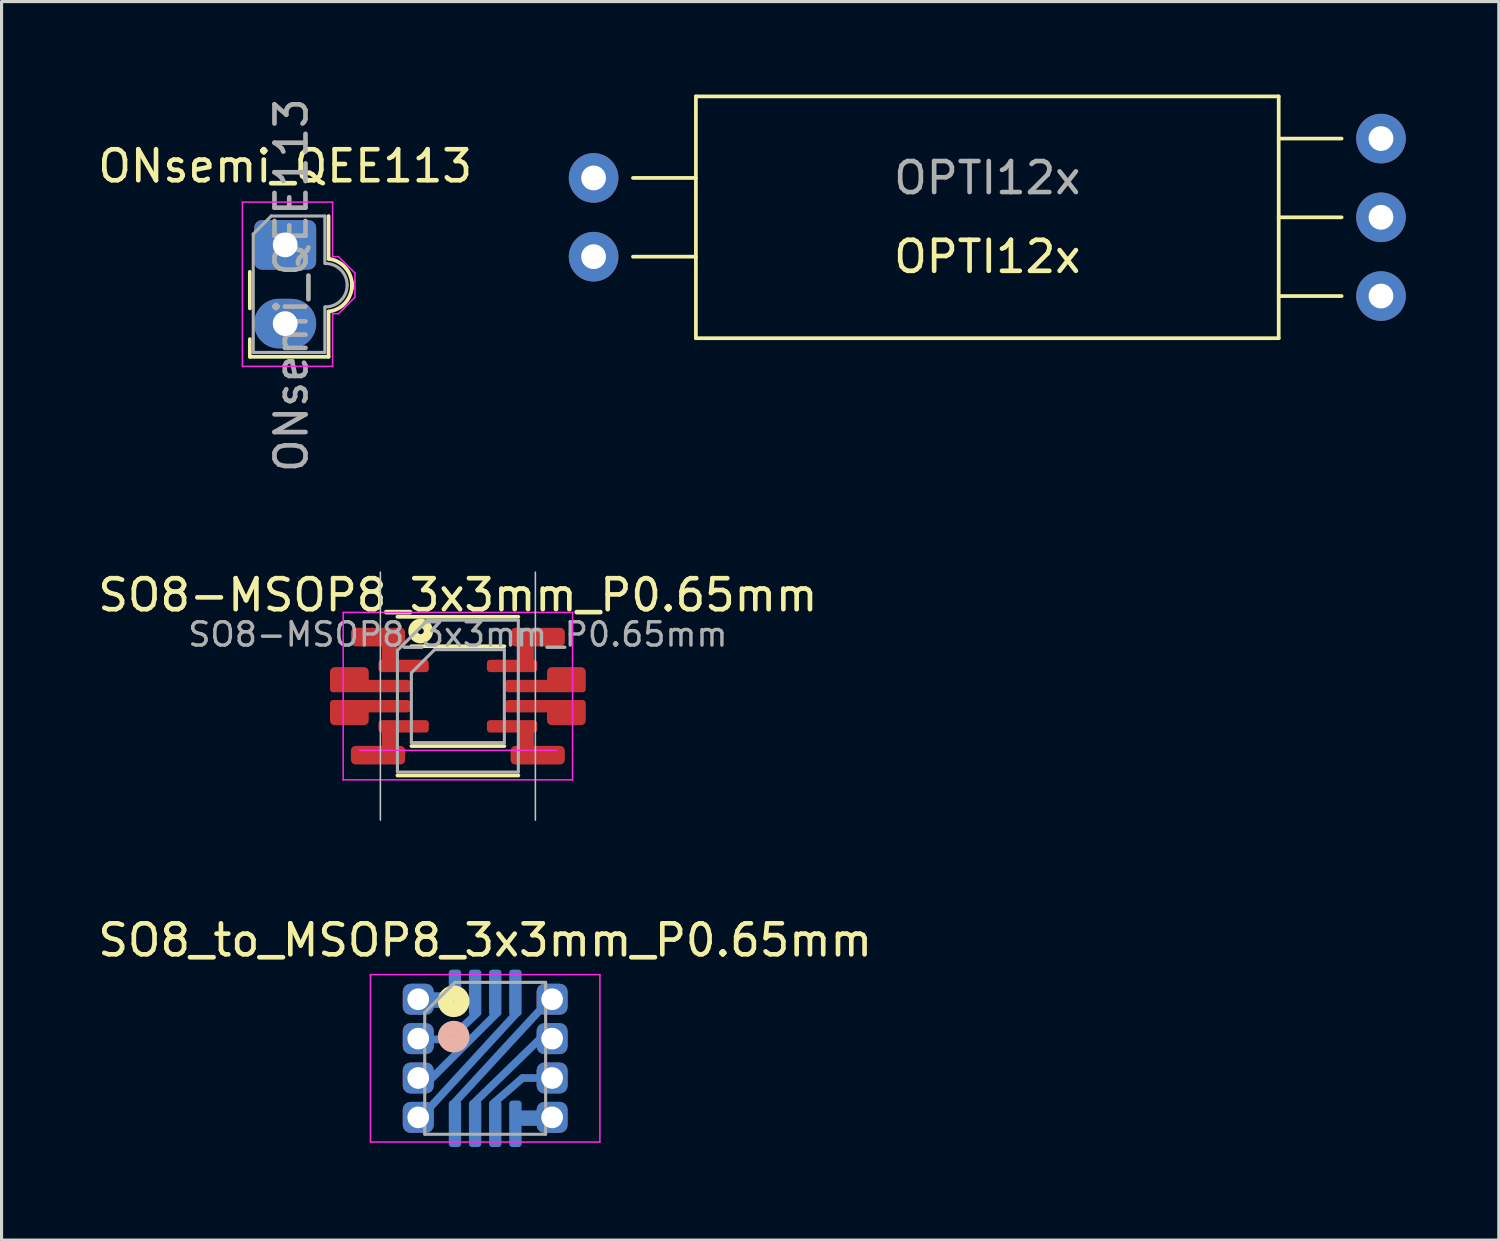
<source format=kicad_pcb>
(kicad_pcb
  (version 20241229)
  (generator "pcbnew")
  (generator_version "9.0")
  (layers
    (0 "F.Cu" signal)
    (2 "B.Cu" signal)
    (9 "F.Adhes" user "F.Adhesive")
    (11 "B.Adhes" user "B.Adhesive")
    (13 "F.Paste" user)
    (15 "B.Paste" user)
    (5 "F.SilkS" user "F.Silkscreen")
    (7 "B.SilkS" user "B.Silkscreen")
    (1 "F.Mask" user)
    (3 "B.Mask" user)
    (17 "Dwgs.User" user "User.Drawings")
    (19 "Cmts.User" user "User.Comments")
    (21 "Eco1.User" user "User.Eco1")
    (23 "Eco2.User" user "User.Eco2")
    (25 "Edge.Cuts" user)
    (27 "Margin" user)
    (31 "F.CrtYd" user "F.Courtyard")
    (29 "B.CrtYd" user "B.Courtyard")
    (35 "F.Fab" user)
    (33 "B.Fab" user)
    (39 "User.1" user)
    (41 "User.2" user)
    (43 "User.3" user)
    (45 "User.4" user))
  (footprint "SO8-MSOP8_3x3mm_P0.65mm"
    (layer "F.Cu")
    (at 11.72 19.406)
    (property "Reference" "SO8-MSOP8_3x3mm_P0.65mm" (at 0 -3.26 0) (layer "F.SilkS") (effects (font (size 1 1) (thickness 0.15))))
    (attr smd)
    (fp_line (start -2.2 -1.1) (end -2.2 -1.9) (stroke (width 0.5) (type solid)) (layer "F.Cu"))
    (fp_line (start -2.2 1.9) (end -2.2 1.1) (stroke (width 0.5) (type solid)) (layer "F.Cu"))
    (fp_line (start 2.2 -1.1) (end 2.2 -1.9) (stroke (width 0.5) (type solid)) (layer "F.Cu"))
    (fp_line (start 2.2 1.9) (end 2.2 1.1) (stroke (width 0.5) (type solid)) (layer "F.Cu"))
    (fp_line (start -1.95 -2.56) (end 1.95 -2.56) (stroke (width 0.12) (type solid)) (layer "F.SilkS"))
    (fp_line (start -1.95 2.56) (end 1.95 2.56) (stroke (width 0.12) (type solid)) (layer "F.SilkS"))
    (fp_line (start -1.5 -1.61) (end 1.5 -1.61) (stroke (width 0.12) (type solid)) (layer "F.SilkS"))
    (fp_line (start -1.5 1.61) (end 1.5 1.61) (stroke (width 0.12) (type solid)) (layer "F.SilkS"))
    (fp_circle (center -1.2 -2.1) (end -1.1 -2.1) (stroke (width 0.3) (type solid)) (fill no) (layer "F.SilkS"))
    (fp_line (start -2.5 4) (end -2.5 -4) (stroke (width 0.05) (type solid)) (layer "Dwgs.User"))
    (fp_line (start 2.5 4) (end 2.5 -4) (stroke (width 0.05) (type solid)) (layer "Dwgs.User"))
    (fp_line (start -3.7 -2.7) (end -3.7 2.7) (stroke (width 0.05) (type solid)) (layer "F.CrtYd"))
    (fp_line (start -3.7 2.7) (end 3.7 2.7) (stroke (width 0.05) (type solid)) (layer "F.CrtYd"))
    (fp_line (start -3.18 1.75) (end 3.18 1.75) (stroke (width 0.05) (type solid)) (layer "F.CrtYd"))
    (fp_line (start 3.7 -2.7) (end -3.7 -2.7) (stroke (width 0.05) (type solid)) (layer "F.CrtYd"))
    (fp_line (start 3.7 2.7) (end 3.7 -2.7) (stroke (width 0.05) (type solid)) (layer "F.CrtYd"))
    (fp_line (start -1.95 -1.475) (end -0.975 -2.45) (stroke (width 0.1) (type solid)) (layer "F.Fab"))
    (fp_line (start -1.95 2.45) (end -1.95 -1.475) (stroke (width 0.1) (type solid)) (layer "F.Fab"))
    (fp_line (start -1.5 -0.75) (end -0.75 -1.5) (stroke (width 0.1) (type solid)) (layer "F.Fab"))
    (fp_line (start -1.5 1.5) (end -1.5 -0.75) (stroke (width 0.1) (type solid)) (layer "F.Fab"))
    (fp_line (start -0.975 -2.45) (end 1.95 -2.45) (stroke (width 0.1) (type solid)) (layer "F.Fab"))
    (fp_line (start -0.75 -1.5) (end 1.5 -1.5) (stroke (width 0.1) (type solid)) (layer "F.Fab"))
    (fp_line (start 1.5 -1.5) (end 1.5 1.5) (stroke (width 0.1) (type solid)) (layer "F.Fab"))
    (fp_line (start 1.5 1.5) (end -1.5 1.5) (stroke (width 0.1) (type solid)) (layer "F.Fab"))
    (fp_line (start 1.95 -2.45) (end 1.95 2.45) (stroke (width 0.1) (type solid)) (layer "F.Fab"))
    (fp_line (start 1.95 2.45) (end -1.95 2.45) (stroke (width 0.1) (type solid)) (layer "F.Fab"))
    (fp_text user "${REFERENCE}" (at 0 -1.99 0) (layer "F.Fab") (effects (font (size 0.75 0.75) (thickness 0.11))))
    (pad "1" smd roundrect (at -2.575 -1.905) (size 1.75 0.6) (layers "F.Cu" "F.Mask" "F.Paste") (roundrect_rratio 0.25))
    (pad "1" smd roundrect (at -1.75 -0.975) (size 1.625 0.4) (layers "F.Cu" "F.Mask" "F.Paste") (roundrect_rratio 0.25))
    (pad "2" smd roundrect (at -3.5 -0.635) (size 1.25 0.6) (layers "F.Cu" "F.Mask" "F.Paste") (roundrect_rratio 0.25))
    (pad "2" smd roundrect (at -2.825 -0.325) (size 2.6 0.4) (layers "F.Cu" "F.Mask" "F.Paste") (roundrect_rratio 0.25))
    (pad "3" smd roundrect (at -3.5 0.635) (size 1.25 0.6) (layers "F.Cu" "F.Mask" "F.Paste") (roundrect_rratio 0.25))
    (pad "3" smd roundrect (at -2.825 0.325) (size 2.6 0.4) (layers "F.Cu" "F.Mask" "F.Paste") (roundrect_rratio 0.25))
    (pad "4" smd roundrect (at -2.575 1.905) (size 1.75 0.6) (layers "F.Cu" "F.Mask" "F.Paste") (roundrect_rratio 0.25))
    (pad "4" smd roundrect (at -1.75 0.975) (size 1.625 0.4) (layers "F.Cu" "F.Mask" "F.Paste") (roundrect_rratio 0.25))
    (pad "5" smd roundrect (at 1.75 0.975) (size 1.625 0.4) (layers "F.Cu" "F.Mask" "F.Paste") (roundrect_rratio 0.25))
    (pad "5" smd roundrect (at 2.575 1.905) (size 1.75 0.6) (layers "F.Cu" "F.Mask" "F.Paste") (roundrect_rratio 0.25))
    (pad "6" smd roundrect (at 2.825 0.325) (size 2.6 0.4) (layers "F.Cu" "F.Mask" "F.Paste") (roundrect_rratio 0.25))
    (pad "6" smd roundrect (at 3.5 0.635) (size 1.25 0.6) (layers "F.Cu" "F.Mask" "F.Paste") (roundrect_rratio 0.25))
    (pad "7" smd roundrect (at 2.825 -0.325) (size 2.6 0.4) (layers "F.Cu" "F.Mask" "F.Paste") (roundrect_rratio 0.25))
    (pad "7" smd roundrect (at 3.5 -0.635) (size 1.25 0.6) (layers "F.Cu" "F.Mask" "F.Paste") (roundrect_rratio 0.25))
    (pad "8" smd roundrect (at 1.75 -0.975) (size 1.625 0.4) (layers "F.Cu" "F.Mask" "F.Paste") (roundrect_rratio 0.25))
    (pad "8" smd roundrect (at 2.575 -1.905) (size 1.75 0.6) (layers "F.Cu" "F.Mask" "F.Paste") (roundrect_rratio 0.25)))
  (footprint "ONsemi_QEE113"
    (layer "F.Cu")
    (at 6.149 4.849)
    (property "Reference" "ONsemi_QEE113" (at 0 -2.54 0) (layer "F.SilkS") (effects (font (size 1 1) (thickness 0.15))))
    (attr through_hole)
    (fp_line (start -1.14 2.05) (end -1.14 0.87) (stroke (width 0.12) (type solid)) (layer "F.SilkS"))
    (fp_line (start -1.14 3.61) (end -1.14 3.04) (stroke (width 0.12) (type solid)) (layer "F.SilkS"))
    (fp_line (start 1.4 -0.93) (end 1.4 0.45) (stroke (width 0.12) (type solid)) (layer "F.SilkS"))
    (fp_line (start 1.4 2.15) (end 1.4 3.61) (stroke (width 0.12) (type solid)) (layer "F.SilkS"))
    (fp_line (start 1.4 3.61) (end -1.14 3.61) (stroke (width 0.12) (type solid)) (layer "F.SilkS"))
    (fp_arc (start 1.4 0.45) (mid 1.971751 0.76967) (end 2.15 1.4) (stroke (width 0.12) (type solid)) (layer "F.SilkS"))
    (fp_arc (start 2.15 1.2) (mid 1.971751 1.83033) (end 1.4 2.15) (stroke (width 0.12) (type solid)) (layer "F.SilkS"))
    (fp_line (start -1.38 -1.38) (end 1.53 -1.38) (stroke (width 0.05) (type solid)) (layer "F.CrtYd"))
    (fp_line (start -1.38 3.92) (end -1.38 -1.38) (stroke (width 0.05) (type solid)) (layer "F.CrtYd"))
    (fp_line (start 1.53 -1.38) (end 1.53 0.38) (stroke (width 0.05) (type solid)) (layer "F.CrtYd"))
    (fp_line (start 1.53 0.38) (end 1.72 0.38) (stroke (width 0.05) (type solid)) (layer "F.CrtYd"))
    (fp_line (start 1.53 2.22) (end 1.53 3.92) (stroke (width 0.05) (type solid)) (layer "F.CrtYd"))
    (fp_line (start 1.53 2.22) (end 1.72 2.22) (stroke (width 0.05) (type solid)) (layer "F.CrtYd"))
    (fp_line (start 1.53 3.92) (end -1.38 3.92) (stroke (width 0.05) (type solid)) (layer "F.CrtYd"))
    (fp_line (start 1.72 2.22) (end 2.25 1.69) (stroke (width 0.05) (type solid)) (layer "F.CrtYd"))
    (fp_line (start 2.25 0.91) (end 1.72 0.38) (stroke (width 0.05) (type solid)) (layer "F.CrtYd"))
    (fp_line (start 2.25 1.69) (end 2.25 0.91) (stroke (width 0.05) (type solid)) (layer "F.CrtYd"))
    (fp_line (start -1.03 3.47) (end -1.03 -0.35) (stroke (width 0.1) (type solid)) (layer "F.Fab"))
    (fp_line (start -0.45 -0.93) (end -1.03 -0.35) (stroke (width 0.1) (type solid)) (layer "F.Fab"))
    (fp_line (start -0.45 -0.93) (end 1.28 -0.93) (stroke (width 0.1) (type solid)) (layer "F.Fab"))
    (fp_line (start 1.28 -0.93) (end 1.28 0.6) (stroke (width 0.1) (type solid)) (layer "F.Fab"))
    (fp_line (start 1.28 3.47) (end -1.03 3.47) (stroke (width 0.1) (type solid)) (layer "F.Fab"))
    (fp_line (start 1.28 3.47) (end 1.28 2) (stroke (width 0.1) (type solid)) (layer "F.Fab"))
    (fp_arc (start 1.3 0.6) (mid 1.794975 0.805025) (end 2 1.3) (stroke (width 0.1) (type solid)) (layer "F.Fab"))
    (fp_arc (start 2 1.3) (mid 1.794975 1.794975) (end 1.3 2) (stroke (width 0.1) (type solid)) (layer "F.Fab"))
    (fp_text user "${REFERENCE}" (at 0.2 1.3 90) (layer "F.Fab") (effects (font (size 1 1) (thickness 0.15))))
    (pad "A" thru_hole roundrect (at 0 0) (size 2 1.6) (drill 0.8) (layers "*.Cu" "*.Mask") (roundrect_rratio 0.156))
    (pad "K" thru_hole oval (at 0 2.54) (size 2 1.6) (drill 0.8) (layers "*.Cu" "*.Mask")))
  (footprint "OPTI12x"
    (layer "F.Cu")
    (at 28.798 3.96)
    (property "Reference" "OPTI12x" (at 0 1.27 0) (layer "F.SilkS") (effects (font (size 1 1) (thickness 0.15))))
    (attr through_hole)
    (fp_line (start -11.43 -1.27) (end -9.4 -1.27) (stroke (width 0.12) (type solid)) (layer "F.SilkS"))
    (fp_line (start -11.43 1.27) (end -9.4 1.27) (stroke (width 0.12) (type solid)) (layer "F.SilkS"))
    (fp_line (start -9.4 -3.9) (end -9.4 3.9) (stroke (width 0.12) (type solid)) (layer "F.SilkS"))
    (fp_line (start 9.4 -3.9) (end -9.4 -3.9) (stroke (width 0.12) (type solid)) (layer "F.SilkS"))
    (fp_line (start 9.4 3.9) (end -9.4 3.9) (stroke (width 0.12) (type solid)) (layer "F.SilkS"))
    (fp_line (start 9.4 3.9) (end 9.4 -3.9) (stroke (width 0.12) (type solid)) (layer "F.SilkS"))
    (fp_line (start 11.43 -2.54) (end 9.4 -2.54) (stroke (width 0.12) (type solid)) (layer "F.SilkS"))
    (fp_line (start 11.43 0) (end 9.4 0) (stroke (width 0.12) (type solid)) (layer "F.SilkS"))
    (fp_line (start 11.43 2.54) (end 9.4 2.54) (stroke (width 0.12) (type solid)) (layer "F.SilkS"))
    (fp_text user "${REFERENCE}" (at 0 -1.27 0) (layer "F.Fab") (effects (font (size 1 1) (thickness 0.15))))
    (pad "1" thru_hole circle (at -12.7 -1.27) (size 1.6 1.6) (drill 0.8) (layers "*.Cu" "*.Mask"))
    (pad "2" thru_hole circle (at -12.7 1.27) (size 1.6 1.6) (drill 0.8) (layers "*.Cu" "*.Mask"))
    (pad "3" thru_hole circle (at 12.7 2.54) (size 1.6 1.6) (drill 0.8) (layers "*.Cu" "*.Mask"))
    (pad "4" thru_hole circle (at 12.7 0) (size 1.6 1.6) (drill 0.8) (layers "*.Cu" "*.Mask"))
    (pad "5" thru_hole circle (at 12.7 -2.54) (size 1.6 1.6) (drill 0.8) (layers "*.Cu" "*.Mask")))
  (footprint "SO8_to_MSOP8_3x3mm_P0.65mm"
    (layer "F.Cu")
    (at 12.601 31.089)
    (property "Reference" "SO8_to_MSOP8_3x3mm_P0.65mm" (at 0 -3.81 0) (layer "F.SilkS") (effects (font (size 1 1) (thickness 0.15))))
    (attr smd)
    (fp_line (start -2 -1.88) (end -1.067 -1.88) (stroke (width 0.5) (type solid)) (layer "B.Cu"))
    (fp_line (start -1.168 -0.61) (end -2.184 -0.61) (stroke (width 0.25) (type solid)) (layer "B.Cu"))
    (fp_line (start -0.254 -1.46) (end -1.168 -0.61) (stroke (width 0.25) (type solid)) (layer "B.Cu"))
    (fp_line (start 0.381 -1.46) (end -1.841 0.762) (stroke (width 0.25) (type solid)) (layer "B.Cu"))
    (fp_line (start 1.016 -1.46) (end -1.841 1.651) (stroke (width 0.25) (type solid)) (layer "B.Cu"))
    (fp_line (start 1.118 1.93) (end 2.051 1.93) (stroke (width 0.5) (type solid)) (layer "B.Cu"))
    (fp_line (start 1.206 0.635) (end 0.254 1.46) (stroke (width 0.25) (type solid)) (layer "B.Cu"))
    (fp_line (start 1.829 -1.626) (end -1.016 1.46) (stroke (width 0.25) (type solid)) (layer "B.Cu"))
    (fp_line (start 1.841 -0.699) (end -0.381 1.46) (stroke (width 0.25) (type solid)) (layer "B.Cu"))
    (fp_line (start 2.095 0.635) (end 1.206 0.635) (stroke (width 0.25) (type solid)) (layer "B.Cu"))
    (fp_circle (center -1.016 -1.841) (end -0.754 -1.841) (stroke (width 0.5) (type solid)) (fill no) (layer "F.SilkS"))
    (fp_circle (center -1.016 -0.699) (end -0.754 -0.699) (stroke (width 0.5) (type solid)) (fill no) (layer "B.SilkS"))
    (fp_line (start -3.7 -2.7) (end -3.7 2.7) (stroke (width 0.05) (type solid)) (layer "F.CrtYd"))
    (fp_line (start -3.7 2.7) (end 3.7 2.7) (stroke (width 0.05) (type solid)) (layer "F.CrtYd"))
    (fp_line (start 3.7 -2.7) (end -3.7 -2.7) (stroke (width 0.05) (type solid)) (layer "F.CrtYd"))
    (fp_line (start 3.7 2.7) (end 3.7 -2.7) (stroke (width 0.05) (type solid)) (layer "F.CrtYd"))
    (fp_line (start -1.95 -1.475) (end -0.975 -2.45) (stroke (width 0.1) (type solid)) (layer "F.Fab"))
    (fp_line (start -1.95 2.45) (end -1.95 -1.475) (stroke (width 0.1) (type solid)) (layer "F.Fab"))
    (fp_line (start -0.975 -2.45) (end 1.95 -2.45) (stroke (width 0.1) (type solid)) (layer "F.Fab"))
    (fp_line (start 1.95 -2.45) (end 1.95 2.45) (stroke (width 0.1) (type solid)) (layer "F.Fab"))
    (fp_line (start 1.95 2.45) (end -1.95 2.45) (stroke (width 0.1) (type solid)) (layer "F.Fab"))
    (pad "1" thru_hole roundrect (at -2.159 -1.905) (size 1 1) (drill 0.7) (layers "*.Cu" "*.Mask") (roundrect_rratio 0.25))
    (pad "1" smd roundrect (at -0.975 -2.112 90) (size 1.5 0.4) (layers "B.Cu" "B.Mask" "B.Paste") (roundrect_rratio 0.25))
    (pad "2" thru_hole roundrect (at -2.159 -0.635) (size 1 1) (drill 0.7) (layers "*.Cu" "*.Mask") (roundrect_rratio 0.25))
    (pad "2" smd roundrect (at -0.325 -2.112 90) (size 1.5 0.4) (layers "B.Cu" "B.Mask" "B.Paste") (roundrect_rratio 0.25))
    (pad "3" thru_hole roundrect (at -2.159 0.635) (size 1 1) (drill 0.7) (layers "*.Cu" "*.Mask") (roundrect_rratio 0.25))
    (pad "3" smd roundrect (at 0.325 -2.112 90) (size 1.5 0.4) (layers "B.Cu" "B.Mask" "B.Paste") (roundrect_rratio 0.25))
    (pad "4" thru_hole roundrect (at -2.159 1.905) (size 1 1) (drill 0.7) (layers "*.Cu" "*.Mask") (roundrect_rratio 0.25))
    (pad "4" smd roundrect (at 0.975 -2.112 90) (size 1.5 0.4) (layers "B.Cu" "B.Mask" "B.Paste") (roundrect_rratio 0.25))
    (pad "5" smd roundrect (at 0.975 2.112 90) (size 1.5 0.4) (layers "B.Cu" "B.Mask" "B.Paste") (roundrect_rratio 0.25))
    (pad "5" thru_hole roundrect (at 2.159 1.905) (size 1 1) (drill 0.7) (layers "*.Cu" "*.Mask") (roundrect_rratio 0.25))
    (pad "6" smd roundrect (at 0.325 2.112 90) (size 1.5 0.4) (layers "B.Cu" "B.Mask" "B.Paste") (roundrect_rratio 0.25))
    (pad "6" thru_hole roundrect (at 2.159 0.635) (size 1 1) (drill 0.7) (layers "*.Cu" "*.Mask") (roundrect_rratio 0.25))
    (pad "7" smd roundrect (at -0.325 2.112 90) (size 1.5 0.4) (layers "B.Cu" "B.Mask" "B.Paste") (roundrect_rratio 0.25))
    (pad "7" thru_hole roundrect (at 2.159 -0.635) (size 1 1) (drill 0.7) (layers "*.Cu" "*.Mask") (roundrect_rratio 0.25))
    (pad "8" smd roundrect (at -0.975 2.112 90) (size 1.5 0.4) (layers "B.Cu" "B.Mask" "B.Paste") (roundrect_rratio 0.25))
    (pad "8" thru_hole roundrect (at 2.159 -1.905) (size 1 1) (drill 0.7) (layers "*.Cu" "*.Mask") (roundrect_rratio 0.25)))
  (gr_rect
    (start -3 -3)
    (end 45.298 36.952)
    (stroke (width 0.1) (type default))
    (fill no)
    (layer "Edge.Cuts")))
</source>
